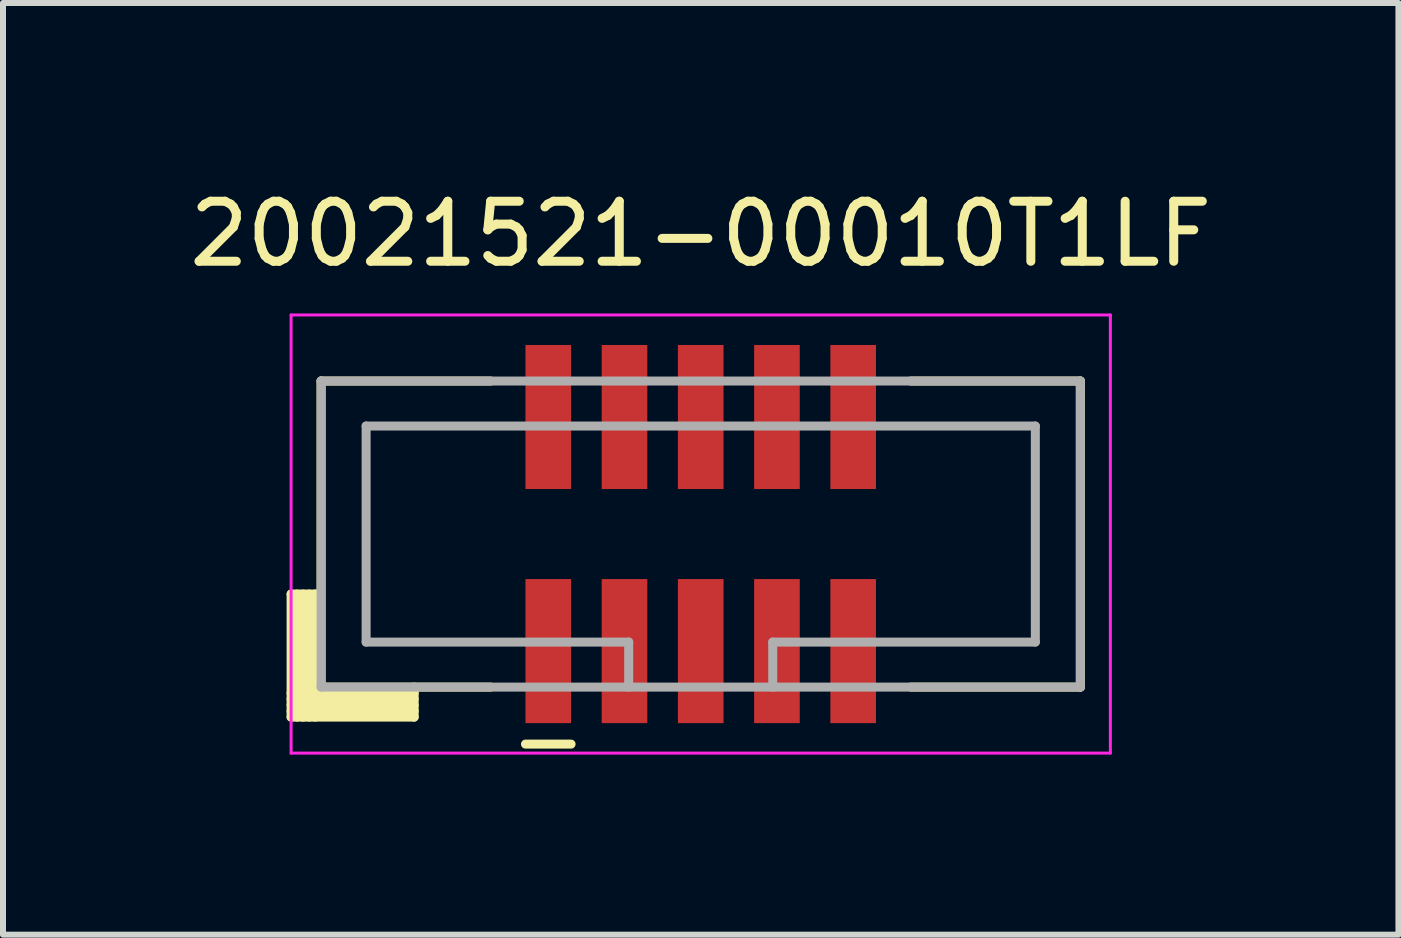
<source format=kicad_pcb>
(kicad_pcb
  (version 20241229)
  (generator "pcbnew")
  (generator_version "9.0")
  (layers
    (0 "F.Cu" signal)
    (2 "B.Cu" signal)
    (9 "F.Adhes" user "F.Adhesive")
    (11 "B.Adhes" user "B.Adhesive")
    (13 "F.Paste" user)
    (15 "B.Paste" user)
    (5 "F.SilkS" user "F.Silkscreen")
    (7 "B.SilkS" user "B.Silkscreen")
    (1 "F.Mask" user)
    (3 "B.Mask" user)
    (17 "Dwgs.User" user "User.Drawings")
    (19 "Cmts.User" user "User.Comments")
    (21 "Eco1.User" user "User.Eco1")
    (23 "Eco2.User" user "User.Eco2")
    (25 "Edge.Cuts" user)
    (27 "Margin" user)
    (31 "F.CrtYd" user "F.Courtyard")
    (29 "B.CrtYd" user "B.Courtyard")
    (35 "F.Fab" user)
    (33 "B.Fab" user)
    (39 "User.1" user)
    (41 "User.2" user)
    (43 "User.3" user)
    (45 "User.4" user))
  (footprint "20021521-00010T1LF"
    (layer "F.Cu")
    (at 8.625 5.848)
    (property "Reference" "20021521-00010T1LF" (at 0 -5 0) (layer "F.SilkS") (effects (font (size 1 1) (thickness 0.15))))
    (attr smd)
    (fp_line (start -6.825 1) (end -6.825 3.05) (stroke (width 0.15) (type solid)) (layer "F.SilkS"))
    (fp_line (start -6.825 1) (end -6.35 1) (stroke (width 0.15) (type solid)) (layer "F.SilkS"))
    (fp_line (start -6.825 2.65) (end -4.775 2.65) (stroke (width 0.15) (type solid)) (layer "F.SilkS"))
    (fp_line (start -6.825 2.75) (end -4.775 2.75) (stroke (width 0.15) (type solid)) (layer "F.SilkS"))
    (fp_line (start -6.825 2.85) (end -4.775 2.85) (stroke (width 0.15) (type solid)) (layer "F.SilkS"))
    (fp_line (start -6.825 2.95) (end -4.775 2.95) (stroke (width 0.15) (type solid)) (layer "F.SilkS"))
    (fp_line (start -6.825 3.05) (end -4.775 3.05) (stroke (width 0.15) (type solid)) (layer "F.SilkS"))
    (fp_line (start -6.725 1) (end -6.725 3.05) (stroke (width 0.15) (type solid)) (layer "F.SilkS"))
    (fp_line (start -6.625 1) (end -6.625 3.05) (stroke (width 0.15) (type solid)) (layer "F.SilkS"))
    (fp_line (start -6.525 1) (end -6.525 3.05) (stroke (width 0.15) (type solid)) (layer "F.SilkS"))
    (fp_line (start -6.425 1) (end -6.425 3.05) (stroke (width 0.15) (type solid)) (layer "F.SilkS"))
    (fp_line (start -6.325 -2.55) (end -6.325 2.55) (stroke (width 0.15) (type solid)) (layer "F.SilkS"))
    (fp_line (start -6.325 -2.55) (end -3.5 -2.55) (stroke (width 0.15) (type solid)) (layer "F.SilkS"))
    (fp_line (start -6.325 2.55) (end -3.5 2.55) (stroke (width 0.15) (type solid)) (layer "F.SilkS"))
    (fp_line (start -4.775 2.55) (end -4.775 3.05) (stroke (width 0.15) (type solid)) (layer "F.SilkS"))
    (fp_line (start -2.92 3.5) (end -2.16 3.5) (stroke (width 0.15) (type solid)) (layer "F.SilkS"))
    (fp_line (start 3.5 -2.55) (end 6.325 -2.55) (stroke (width 0.15) (type solid)) (layer "F.SilkS"))
    (fp_line (start 3.5 2.55) (end 6.325 2.55) (stroke (width 0.15) (type solid)) (layer "F.SilkS"))
    (fp_line (start 6.325 -2.55) (end 6.325 2.55) (stroke (width 0.15) (type solid)) (layer "F.SilkS"))
    (fp_line (start -6.825 -3.65) (end -6.825 3.65) (stroke (width 0.05) (type solid)) (layer "F.CrtYd"))
    (fp_line (start -6.825 -3.65) (end 6.825 -3.65) (stroke (width 0.05) (type solid)) (layer "F.CrtYd"))
    (fp_line (start -6.825 3.65) (end 6.825 3.65) (stroke (width 0.05) (type solid)) (layer "F.CrtYd"))
    (fp_line (start 6.825 -3.65) (end 6.825 3.65) (stroke (width 0.05) (type solid)) (layer "F.CrtYd"))
    (fp_line (start -6.325 -2.55) (end -6.325 2.55) (stroke (width 0.15) (type solid)) (layer "F.Fab"))
    (fp_line (start -6.325 -2.55) (end 6.325 -2.55) (stroke (width 0.15) (type solid)) (layer "F.Fab"))
    (fp_line (start -6.325 2.55) (end 6.325 2.55) (stroke (width 0.15) (type solid)) (layer "F.Fab"))
    (fp_line (start -5.575 -1.8) (end -5.575 1.8) (stroke (width 0.15) (type solid)) (layer "F.Fab"))
    (fp_line (start -5.575 -1.8) (end 5.575 -1.8) (stroke (width 0.15) (type solid)) (layer "F.Fab"))
    (fp_line (start -5.575 1.8) (end -1.2 1.8) (stroke (width 0.15) (type solid)) (layer "F.Fab"))
    (fp_line (start -1.2 1.8) (end -1.2 2.55) (stroke (width 0.15) (type solid)) (layer "F.Fab"))
    (fp_line (start 1.2 1.8) (end 1.2 2.55) (stroke (width 0.15) (type solid)) (layer "F.Fab"))
    (fp_line (start 1.2 1.8) (end 5.575 1.8) (stroke (width 0.15) (type solid)) (layer "F.Fab"))
    (fp_line (start 5.575 -1.8) (end 5.575 1.8) (stroke (width 0.15) (type solid)) (layer "F.Fab"))
    (fp_line (start 6.325 -2.55) (end 6.325 2.55) (stroke (width 0.15) (type solid)) (layer "F.Fab"))
    (pad "1" smd rect (at -2.54 1.95) (size 0.76 2.4) (layers "F.Cu" "F.Mask" "F.Paste"))
    (pad "2" smd rect (at -2.54 -1.95) (size 0.76 2.4) (layers "F.Cu" "F.Mask" "F.Paste"))
    (pad "3" smd rect (at -1.27 1.95) (size 0.76 2.4) (layers "F.Cu" "F.Mask" "F.Paste"))
    (pad "4" smd rect (at -1.27 -1.95) (size 0.76 2.4) (layers "F.Cu" "F.Mask" "F.Paste"))
    (pad "5" smd rect (at 0 1.95) (size 0.76 2.4) (layers "F.Cu" "F.Mask" "F.Paste"))
    (pad "6" smd rect (at 0 -1.95) (size 0.76 2.4) (layers "F.Cu" "F.Mask" "F.Paste"))
    (pad "7" smd rect (at 1.27 1.95) (size 0.76 2.4) (layers "F.Cu" "F.Mask" "F.Paste"))
    (pad "8" smd rect (at 1.27 -1.95) (size 0.76 2.4) (layers "F.Cu" "F.Mask" "F.Paste"))
    (pad "9" smd rect (at 2.54 1.95) (size 0.76 2.4) (layers "F.Cu" "F.Mask" "F.Paste"))
    (pad "10" smd rect (at 2.54 -1.95) (size 0.76 2.4) (layers "F.Cu" "F.Mask" "F.Paste")))
  (gr_rect
    (start -3 -3)
    (end 20.25 12.523)
    (stroke (width 0.1) (type default))
    (fill no)
    (layer "Edge.Cuts")))
</source>
